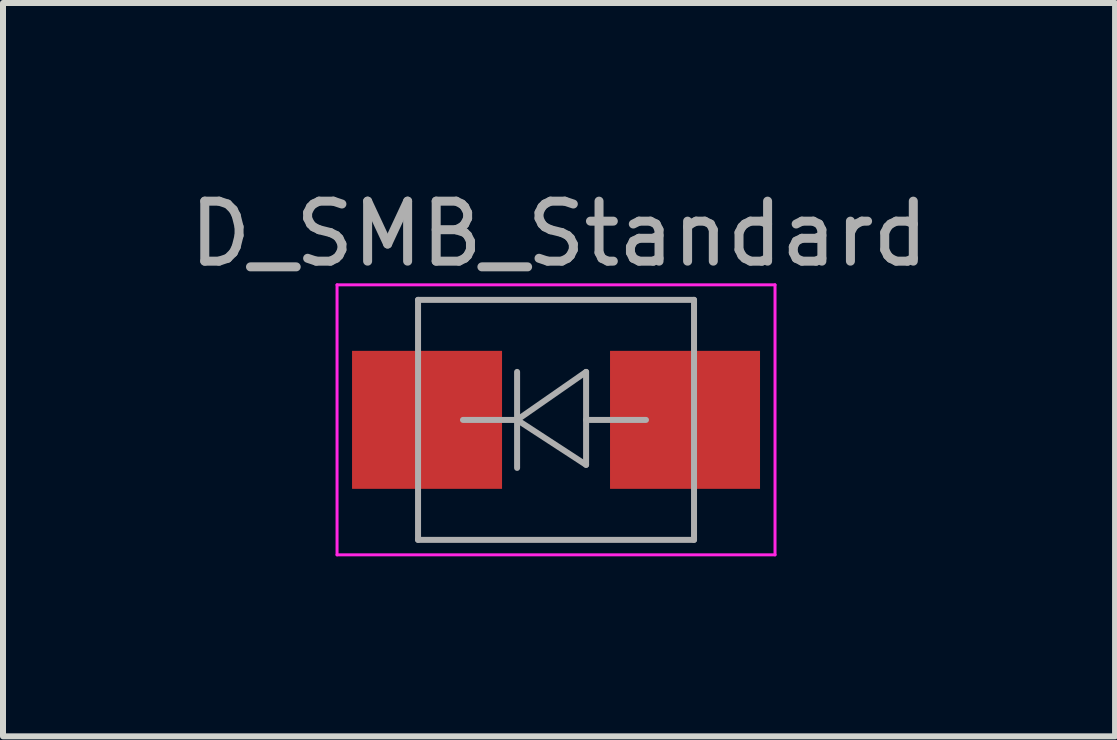
<source format=kicad_pcb>
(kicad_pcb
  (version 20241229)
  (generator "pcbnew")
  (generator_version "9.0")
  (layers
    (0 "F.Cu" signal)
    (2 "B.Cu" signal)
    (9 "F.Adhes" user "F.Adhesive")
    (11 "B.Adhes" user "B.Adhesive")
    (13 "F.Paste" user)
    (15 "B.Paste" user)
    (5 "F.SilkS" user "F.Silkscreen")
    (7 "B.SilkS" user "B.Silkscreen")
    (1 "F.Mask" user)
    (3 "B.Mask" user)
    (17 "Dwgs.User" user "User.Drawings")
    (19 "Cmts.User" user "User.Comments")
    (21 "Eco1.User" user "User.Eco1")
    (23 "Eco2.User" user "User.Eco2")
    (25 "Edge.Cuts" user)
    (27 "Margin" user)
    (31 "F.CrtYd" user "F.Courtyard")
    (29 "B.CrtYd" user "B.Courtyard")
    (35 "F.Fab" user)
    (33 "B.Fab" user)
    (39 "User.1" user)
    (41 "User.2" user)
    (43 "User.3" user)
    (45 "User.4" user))
  (footprint "D_SMB_Standard"
    (layer "F.Cu")
    (at 6.218 3.948)
    (property "Reference" "D_SMB_Standard" (at 0.05 -3.1 0) (layer "F.Fab") (effects (font (size 1 1) (thickness 0.15))))
    (attr smd)
    (fp_line (start -3.65 -2.25) (end 3.65 -2.25) (stroke (width 0.05) (type solid)) (layer "F.CrtYd"))
    (fp_line (start -3.65 2.25) (end -3.65 -2.25) (stroke (width 0.05) (type solid)) (layer "F.CrtYd"))
    (fp_line (start 3.65 -2.25) (end 3.65 2.25) (stroke (width 0.05) (type solid)) (layer "F.CrtYd"))
    (fp_line (start 3.65 2.25) (end -3.65 2.25) (stroke (width 0.05) (type solid)) (layer "F.CrtYd"))
    (fp_line (start -2.3 2) (end -2.3 -2) (stroke (width 0.1) (type solid)) (layer "F.Fab"))
    (fp_line (start -0.649 -0.799) (end -0.649 0.801) (stroke (width 0.1) (type solid)) (layer "F.Fab"))
    (fp_line (start -0.649 0.001) (end -1.551 0.001) (stroke (width 0.1) (type solid)) (layer "F.Fab"))
    (fp_line (start -0.649 0.001) (end 0.501 -0.799) (stroke (width 0.1) (type solid)) (layer "F.Fab"))
    (fp_line (start -0.649 0.001) (end 0.501 0.75) (stroke (width 0.1) (type solid)) (layer "F.Fab"))
    (fp_line (start 0.501 0.001) (end 1.499 0.001) (stroke (width 0.1) (type solid)) (layer "F.Fab"))
    (fp_line (start 0.501 0.75) (end 0.501 -0.799) (stroke (width 0.1) (type solid)) (layer "F.Fab"))
    (fp_line (start 2.3 -2) (end -2.3 -2) (stroke (width 0.1) (type solid)) (layer "F.Fab"))
    (fp_line (start 2.3 -2) (end 2.3 2) (stroke (width 0.1) (type solid)) (layer "F.Fab"))
    (fp_line (start 2.3 2) (end -2.3 2) (stroke (width 0.1) (type solid)) (layer "F.Fab"))
    (pad "1" smd rect (at -2.15 0) (size 2.5 2.3) (layers "F.Cu" "F.Mask" "F.Paste"))
    (pad "2" smd rect (at 2.15 0) (size 2.5 2.3) (layers "F.Cu" "F.Mask" "F.Paste")))
  (gr_rect
    (start -3 -3)
    (end 15.536 9.223)
    (stroke (width 0.1) (type default))
    (fill no)
    (layer "Edge.Cuts")))
</source>
